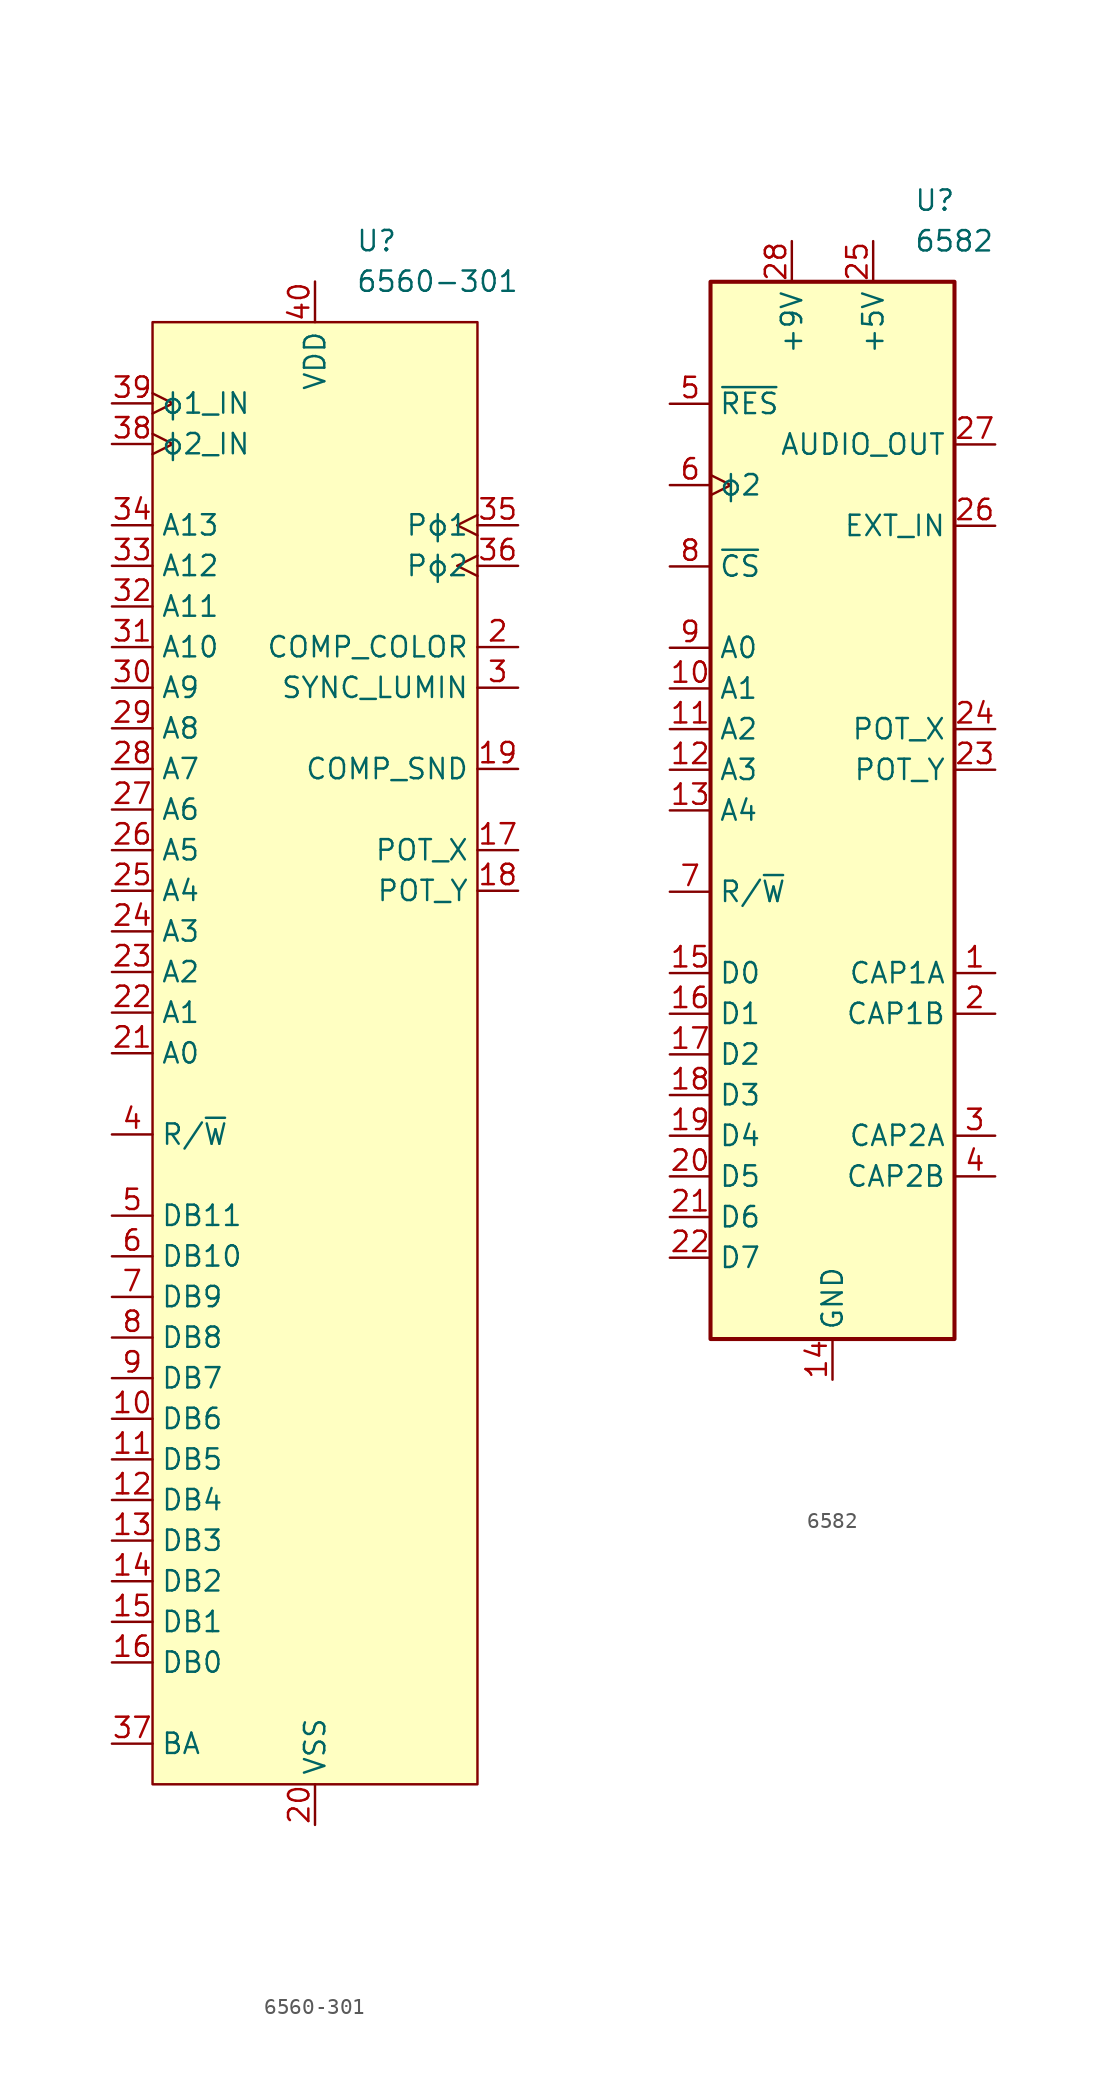
<source format=kicad_sym>
(kicad_symbol_lib
  (version 20231120)
  (generator "kicad_symbol_editor")
  (generator_version "8.0")
  (symbol "6560-301"
    (property "Reference" "U"
      (at 2.54 50.8 0)
      (effects (font (size 1.27 1.27)) (justify left)))
    (property "Value" "6560-301"
      (at 2.54 48.26 0)
      (effects (font (size 1.27 1.27)) (justify left)))
    (symbol "6560-301_0_1"
      (rectangle (start -10.16 45.72) (end 10.16 -45.72) (stroke (width 0) (type default)) (fill (type background))))
    (symbol "6560-301_1_1"
      (pin no_connect non_logic (at 10.16 0 180) (length 2.54) hide (name "nc" (effects (font (size 1.27 1.27)))) (number "1" (effects (font (size 1.27 1.27)))))
      (pin bidirectional line (at -12.7 -22.86 0) (length 2.54) (name "DB6" (effects (font (size 1.27 1.27)))) (number "10" (effects (font (size 1.27 1.27)))))
      (pin bidirectional line (at -12.7 -25.4 0) (length 2.54) (name "DB5" (effects (font (size 1.27 1.27)))) (number "11" (effects (font (size 1.27 1.27)))))
      (pin bidirectional line (at -12.7 -27.94 0) (length 2.54) (name "DB4" (effects (font (size 1.27 1.27)))) (number "12" (effects (font (size 1.27 1.27)))))
      (pin bidirectional line (at -12.7 -30.48 0) (length 2.54) (name "DB3" (effects (font (size 1.27 1.27)))) (number "13" (effects (font (size 1.27 1.27)))))
      (pin bidirectional line (at -12.7 -33.02 0) (length 2.54) (name "DB2" (effects (font (size 1.27 1.27)))) (number "14" (effects (font (size 1.27 1.27)))))
      (pin bidirectional line (at -12.7 -35.56 0) (length 2.54) (name "DB1" (effects (font (size 1.27 1.27)))) (number "15" (effects (font (size 1.27 1.27)))))
      (pin bidirectional line (at -12.7 -38.1 0) (length 2.54) (name "DB0" (effects (font (size 1.27 1.27)))) (number "16" (effects (font (size 1.27 1.27)))))
      (pin input line (at 12.7 12.7 180) (length 2.54) (name "POT_X" (effects (font (size 1.27 1.27)))) (number "17" (effects (font (size 1.27 1.27)))))
      (pin input line (at 12.7 10.16 180) (length 2.54) (name "POT_Y" (effects (font (size 1.27 1.27)))) (number "18" (effects (font (size 1.27 1.27)))))
      (pin output line (at 12.7 17.78 180) (length 2.54) (name "COMP_SND" (effects (font (size 1.27 1.27)))) (number "19" (effects (font (size 1.27 1.27)))))
      (pin output line (at 12.7 25.4 180) (length 2.54) (name "COMP_COLOR" (effects (font (size 1.27 1.27)))) (number "2" (effects (font (size 1.27 1.27)))))
      (pin power_in line (at 0 -48.26 90) (length 2.54) (name "VSS" (effects (font (size 1.27 1.27)))) (number "20" (effects (font (size 1.27 1.27)))))
      (pin bidirectional line (at -12.7 0 0) (length 2.54) (name "A0" (effects (font (size 1.27 1.27)))) (number "21" (effects (font (size 1.27 1.27)))))
      (pin bidirectional line (at -12.7 2.54 0) (length 2.54) (name "A1" (effects (font (size 1.27 1.27)))) (number "22" (effects (font (size 1.27 1.27)))))
      (pin bidirectional line (at -12.7 5.08 0) (length 2.54) (name "A2" (effects (font (size 1.27 1.27)))) (number "23" (effects (font (size 1.27 1.27)))))
      (pin bidirectional line (at -12.7 7.62 0) (length 2.54) (name "A3" (effects (font (size 1.27 1.27)))) (number "24" (effects (font (size 1.27 1.27)))))
      (pin bidirectional line (at -12.7 10.16 0) (length 2.54) (name "A4" (effects (font (size 1.27 1.27)))) (number "25" (effects (font (size 1.27 1.27)))))
      (pin bidirectional line (at -12.7 12.7 0) (length 2.54) (name "A5" (effects (font (size 1.27 1.27)))) (number "26" (effects (font (size 1.27 1.27)))))
      (pin bidirectional line (at -12.7 15.24 0) (length 2.54) (name "A6" (effects (font (size 1.27 1.27)))) (number "27" (effects (font (size 1.27 1.27)))))
      (pin bidirectional line (at -12.7 17.78 0) (length 2.54) (name "A7" (effects (font (size 1.27 1.27)))) (number "28" (effects (font (size 1.27 1.27)))))
      (pin bidirectional line (at -12.7 20.32 0) (length 2.54) (name "A8" (effects (font (size 1.27 1.27)))) (number "29" (effects (font (size 1.27 1.27)))))
      (pin output line (at 12.7 22.86 180) (length 2.54) (name "SYNC_LUMIN" (effects (font (size 1.27 1.27)))) (number "3" (effects (font (size 1.27 1.27)))))
      (pin bidirectional line (at -12.7 22.86 0) (length 2.54) (name "A9" (effects (font (size 1.27 1.27)))) (number "30" (effects (font (size 1.27 1.27)))))
      (pin bidirectional line (at -12.7 25.4 0) (length 2.54) (name "A10" (effects (font (size 1.27 1.27)))) (number "31" (effects (font (size 1.27 1.27)))))
      (pin bidirectional line (at -12.7 27.94 0) (length 2.54) (name "A11" (effects (font (size 1.27 1.27)))) (number "32" (effects (font (size 1.27 1.27)))))
      (pin bidirectional line (at -12.7 30.48 0) (length 2.54) (name "A12" (effects (font (size 1.27 1.27)))) (number "33" (effects (font (size 1.27 1.27)))))
      (pin bidirectional line (at -12.7 33.02 0) (length 2.54) (name "A13" (effects (font (size 1.27 1.27)))) (number "34" (effects (font (size 1.27 1.27)))))
      (pin output clock (at 12.7 33.02 180) (length 2.54) (name "Pϕ1" (effects (font (size 1.27 1.27)))) (number "35" (effects (font (size 1.27 1.27)))))
      (pin output clock (at 12.7 30.48 180) (length 2.54) (name "Pϕ2" (effects (font (size 1.27 1.27)))) (number "36" (effects (font (size 1.27 1.27)))))
      (pin output line (at -12.7 -43.18 0) (length 2.54) (name "BA" (effects (font (size 1.27 1.27)))) (number "37" (effects (font (size 1.27 1.27)))))
      (pin input clock (at -12.7 38.1 0) (length 2.54) (name "ϕ2_IN" (effects (font (size 1.27 1.27)))) (number "38" (effects (font (size 1.27 1.27)))))
      (pin input clock (at -12.7 40.64 0) (length 2.54) (name "ϕ1_IN" (effects (font (size 1.27 1.27)))) (number "39" (effects (font (size 1.27 1.27)))))
      (pin input line (at -12.7 -5.08 0) (length 2.54) (name "R/~{W}" (effects (font (size 1.27 1.27)))) (number "4" (effects (font (size 1.27 1.27)))))
      (pin power_in line (at 0 48.26 270) (length 2.54) (name "VDD" (effects (font (size 1.27 1.27)))) (number "40" (effects (font (size 1.27 1.27)))))
      (pin input line (at -12.7 -10.16 0) (length 2.54) (name "DB11" (effects (font (size 1.27 1.27)))) (number "5" (effects (font (size 1.27 1.27)))))
      (pin input line (at -12.7 -12.7 0) (length 2.54) (name "DB10" (effects (font (size 1.27 1.27)))) (number "6" (effects (font (size 1.27 1.27)))))
      (pin input line (at -12.7 -15.24 0) (length 2.54) (name "DB9" (effects (font (size 1.27 1.27)))) (number "7" (effects (font (size 1.27 1.27)))))
      (pin input line (at -12.7 -17.78 0) (length 2.54) (name "DB8" (effects (font (size 1.27 1.27)))) (number "8" (effects (font (size 1.27 1.27)))))
      (pin bidirectional line (at -12.7 -20.32 0) (length 2.54) (name "DB7" (effects (font (size 1.27 1.27)))) (number "9" (effects (font (size 1.27 1.27)))))))
  (symbol "6582"
    (property "Reference" "U"
      (at 5.08 38.1 0)
      (effects (font (size 1.27 1.27)) (justify left)))
    (property "Value" "6582"
      (at 5.08 35.56 0)
      (effects (font (size 1.27 1.27)) (justify left)))
    (symbol "6582_0_1"
      (rectangle (start -7.62 33.02) (end 7.62 -33.02) (stroke (width 0.254) (type default)) (fill (type background))))
    (symbol "6582_1_1"
      (pin passive line (at 10.16 -10.16 180) (length 2.54) (name "CAP1A" (effects (font (size 1.27 1.27)))) (number "1" (effects (font (size 1.27 1.27)))))
      (pin input line (at -10.16 7.62 0) (length 2.54) (name "A1" (effects (font (size 1.27 1.27)))) (number "10" (effects (font (size 1.27 1.27)))))
      (pin input line (at -10.16 5.08 0) (length 2.54) (name "A2" (effects (font (size 1.27 1.27)))) (number "11" (effects (font (size 1.27 1.27)))))
      (pin input line (at -10.16 2.54 0) (length 2.54) (name "A3" (effects (font (size 1.27 1.27)))) (number "12" (effects (font (size 1.27 1.27)))))
      (pin input line (at -10.16 0 0) (length 2.54) (name "A4" (effects (font (size 1.27 1.27)))) (number "13" (effects (font (size 1.27 1.27)))))
      (pin power_in line (at 0 -35.56 90) (length 2.54) (name "GND" (effects (font (size 1.27 1.27)))) (number "14" (effects (font (size 1.27 1.27)))))
      (pin bidirectional line (at -10.16 -10.16 0) (length 2.54) (name "D0" (effects (font (size 1.27 1.27)))) (number "15" (effects (font (size 1.27 1.27)))))
      (pin bidirectional line (at -10.16 -12.7 0) (length 2.54) (name "D1" (effects (font (size 1.27 1.27)))) (number "16" (effects (font (size 1.27 1.27)))))
      (pin bidirectional line (at -10.16 -15.24 0) (length 2.54) (name "D2" (effects (font (size 1.27 1.27)))) (number "17" (effects (font (size 1.27 1.27)))))
      (pin bidirectional line (at -10.16 -17.78 0) (length 2.54) (name "D3" (effects (font (size 1.27 1.27)))) (number "18" (effects (font (size 1.27 1.27)))))
      (pin bidirectional line (at -10.16 -20.32 0) (length 2.54) (name "D4" (effects (font (size 1.27 1.27)))) (number "19" (effects (font (size 1.27 1.27)))))
      (pin passive line (at 10.16 -12.7 180) (length 2.54) (name "CAP1B" (effects (font (size 1.27 1.27)))) (number "2" (effects (font (size 1.27 1.27)))))
      (pin bidirectional line (at -10.16 -22.86 0) (length 2.54) (name "D5" (effects (font (size 1.27 1.27)))) (number "20" (effects (font (size 1.27 1.27)))))
      (pin bidirectional line (at -10.16 -25.4 0) (length 2.54) (name "D6" (effects (font (size 1.27 1.27)))) (number "21" (effects (font (size 1.27 1.27)))))
      (pin bidirectional line (at -10.16 -27.94 0) (length 2.54) (name "D7" (effects (font (size 1.27 1.27)))) (number "22" (effects (font (size 1.27 1.27)))))
      (pin input line (at 10.16 2.54 180) (length 2.54) (name "POT_Y" (effects (font (size 1.27 1.27)))) (number "23" (effects (font (size 1.27 1.27)))))
      (pin input line (at 10.16 5.08 180) (length 2.54) (name "POT_X" (effects (font (size 1.27 1.27)))) (number "24" (effects (font (size 1.27 1.27)))))
      (pin power_in line (at 2.54 35.56 270) (length 2.54) (name "+5V" (effects (font (size 1.27 1.27)))) (number "25" (effects (font (size 1.27 1.27)))))
      (pin input line (at 10.16 17.78 180) (length 2.54) (name "EXT_IN" (effects (font (size 1.27 1.27)))) (number "26" (effects (font (size 1.27 1.27)))))
      (pin output line (at 10.16 22.86 180) (length 2.54) (name "AUDIO_OUT" (effects (font (size 1.27 1.27)))) (number "27" (effects (font (size 1.27 1.27)))))
      (pin power_in line (at -2.54 35.56 270) (length 2.54) (name "+9V" (effects (font (size 1.27 1.27)))) (number "28" (effects (font (size 1.27 1.27)))))
      (pin passive line (at 10.16 -20.32 180) (length 2.54) (name "CAP2A" (effects (font (size 1.27 1.27)))) (number "3" (effects (font (size 1.27 1.27)))))
      (pin passive line (at 10.16 -22.86 180) (length 2.54) (name "CAP2B" (effects (font (size 1.27 1.27)))) (number "4" (effects (font (size 1.27 1.27)))))
      (pin input line (at -10.16 25.4 0) (length 2.54) (name "~{RES}" (effects (font (size 1.27 1.27)))) (number "5" (effects (font (size 1.27 1.27)))))
      (pin input clock (at -10.16 20.32 0) (length 2.54) (name "ϕ2" (effects (font (size 1.27 1.27)))) (number "6" (effects (font (size 1.27 1.27)))))
      (pin input line (at -10.16 -5.08 0) (length 2.54) (name "R/~{W}" (effects (font (size 1.27 1.27)))) (number "7" (effects (font (size 1.27 1.27)))))
      (pin input line (at -10.16 15.24 0) (length 2.54) (name "~{CS}" (effects (font (size 1.27 1.27)))) (number "8" (effects (font (size 1.27 1.27)))))
      (pin input line (at -10.16 10.16 0) (length 2.54) (name "A0" (effects (font (size 1.27 1.27)))) (number "9" (effects (font (size 1.27 1.27))))))))
</source>
